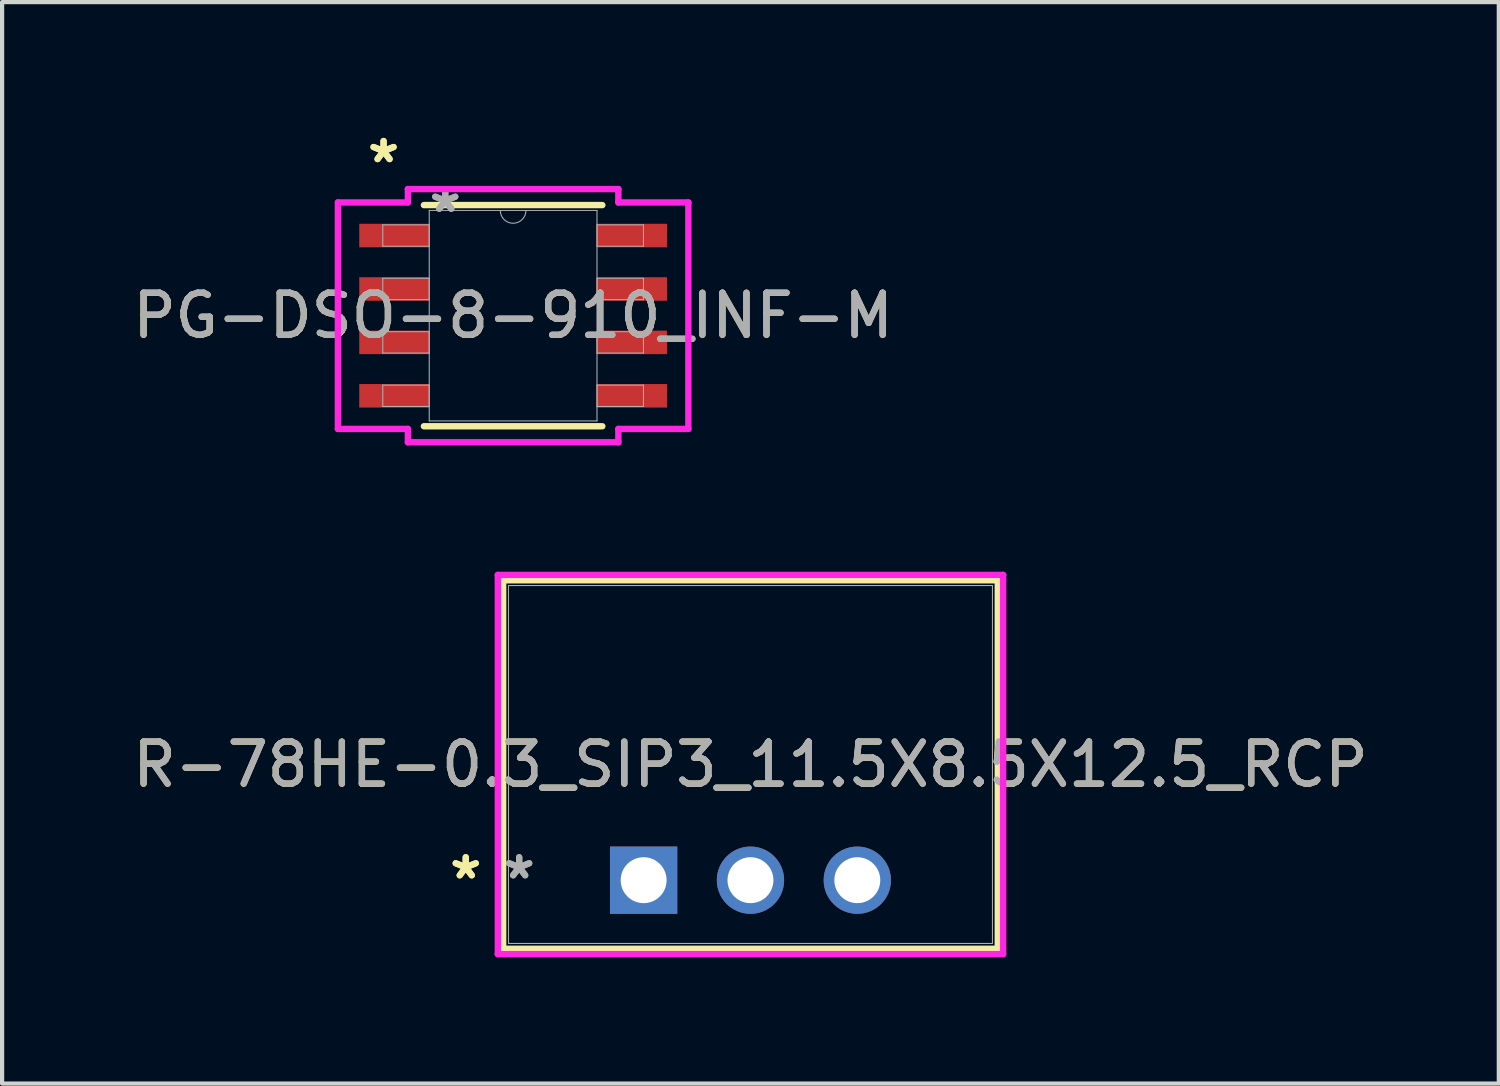
<source format=kicad_pcb>
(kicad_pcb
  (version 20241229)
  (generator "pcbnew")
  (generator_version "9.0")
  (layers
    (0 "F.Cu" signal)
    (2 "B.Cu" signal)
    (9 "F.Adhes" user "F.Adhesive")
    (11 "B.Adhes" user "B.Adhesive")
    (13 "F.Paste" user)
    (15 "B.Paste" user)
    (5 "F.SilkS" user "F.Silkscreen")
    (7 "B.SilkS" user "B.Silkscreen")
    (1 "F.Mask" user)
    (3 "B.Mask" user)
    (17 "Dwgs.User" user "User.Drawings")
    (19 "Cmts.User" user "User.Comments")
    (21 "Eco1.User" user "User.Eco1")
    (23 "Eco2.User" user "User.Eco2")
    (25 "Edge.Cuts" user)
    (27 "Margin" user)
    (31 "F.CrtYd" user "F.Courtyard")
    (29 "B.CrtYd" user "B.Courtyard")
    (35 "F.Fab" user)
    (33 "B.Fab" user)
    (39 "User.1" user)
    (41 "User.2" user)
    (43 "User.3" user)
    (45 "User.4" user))
  (footprint "PG-DSO-8-910_INF-M"
    (layer "F.Cu")
    (at 9.149 4.455)
    (property "Reference" "PG-DSO-8-910_INF-M" (at 0 0 0) (unlocked yes) (layer "F.SilkS") (effects (font (size 1 1) (thickness 0.15))))
    (attr smd)
    (fp_line (start -2.121 2.629) (end 2.121 2.629) (stroke (width 0.152) (type solid)) (layer "F.SilkS"))
    (fp_line (start 2.121 -2.629) (end -2.121 -2.629) (stroke (width 0.152) (type solid)) (layer "F.SilkS"))
    (fp_line (start -4.166 -2.692) (end -2.502 -2.692) (stroke (width 0.152) (type solid)) (layer "F.CrtYd"))
    (fp_line (start -4.166 2.692) (end -4.166 -2.692) (stroke (width 0.152) (type solid)) (layer "F.CrtYd"))
    (fp_line (start -4.166 2.692) (end -2.502 2.692) (stroke (width 0.152) (type solid)) (layer "F.CrtYd"))
    (fp_line (start -2.502 -3.01) (end 2.502 -3.01) (stroke (width 0.152) (type solid)) (layer "F.CrtYd"))
    (fp_line (start -2.502 -2.692) (end -2.502 -3.01) (stroke (width 0.152) (type solid)) (layer "F.CrtYd"))
    (fp_line (start -2.502 3.01) (end -2.502 2.692) (stroke (width 0.152) (type solid)) (layer "F.CrtYd"))
    (fp_line (start 2.502 -3.01) (end 2.502 -2.692) (stroke (width 0.152) (type solid)) (layer "F.CrtYd"))
    (fp_line (start 2.502 2.692) (end 2.502 3.01) (stroke (width 0.152) (type solid)) (layer "F.CrtYd"))
    (fp_line (start 2.502 3.01) (end -2.502 3.01) (stroke (width 0.152) (type solid)) (layer "F.CrtYd"))
    (fp_line (start 4.166 -2.692) (end 2.502 -2.692) (stroke (width 0.152) (type solid)) (layer "F.CrtYd"))
    (fp_line (start 4.166 -2.692) (end 4.166 2.692) (stroke (width 0.152) (type solid)) (layer "F.CrtYd"))
    (fp_line (start 4.166 2.692) (end 2.502 2.692) (stroke (width 0.152) (type solid)) (layer "F.CrtYd"))
    (fp_line (start -3.099 -2.159) (end -3.099 -1.651) (stroke (width 0.025) (type solid)) (layer "F.Fab"))
    (fp_line (start -3.099 -1.651) (end -1.994 -1.651) (stroke (width 0.025) (type solid)) (layer "F.Fab"))
    (fp_line (start -3.099 -0.889) (end -3.099 -0.381) (stroke (width 0.025) (type solid)) (layer "F.Fab"))
    (fp_line (start -3.099 -0.381) (end -1.994 -0.381) (stroke (width 0.025) (type solid)) (layer "F.Fab"))
    (fp_line (start -3.099 0.381) (end -3.099 0.889) (stroke (width 0.025) (type solid)) (layer "F.Fab"))
    (fp_line (start -3.099 0.889) (end -1.994 0.889) (stroke (width 0.025) (type solid)) (layer "F.Fab"))
    (fp_line (start -3.099 1.651) (end -3.099 2.159) (stroke (width 0.025) (type solid)) (layer "F.Fab"))
    (fp_line (start -3.099 2.159) (end -1.994 2.159) (stroke (width 0.025) (type solid)) (layer "F.Fab"))
    (fp_line (start -1.994 -2.502) (end -1.994 2.502) (stroke (width 0.025) (type solid)) (layer "F.Fab"))
    (fp_line (start -1.994 -2.159) (end -3.099 -2.159) (stroke (width 0.025) (type solid)) (layer "F.Fab"))
    (fp_line (start -1.994 -1.651) (end -1.994 -2.159) (stroke (width 0.025) (type solid)) (layer "F.Fab"))
    (fp_line (start -1.994 -0.889) (end -3.099 -0.889) (stroke (width 0.025) (type solid)) (layer "F.Fab"))
    (fp_line (start -1.994 -0.381) (end -1.994 -0.889) (stroke (width 0.025) (type solid)) (layer "F.Fab"))
    (fp_line (start -1.994 0.381) (end -3.099 0.381) (stroke (width 0.025) (type solid)) (layer "F.Fab"))
    (fp_line (start -1.994 0.889) (end -1.994 0.381) (stroke (width 0.025) (type solid)) (layer "F.Fab"))
    (fp_line (start -1.994 1.651) (end -3.099 1.651) (stroke (width 0.025) (type solid)) (layer "F.Fab"))
    (fp_line (start -1.994 2.159) (end -1.994 1.651) (stroke (width 0.025) (type solid)) (layer "F.Fab"))
    (fp_line (start -1.994 2.502) (end 1.994 2.502) (stroke (width 0.025) (type solid)) (layer "F.Fab"))
    (fp_line (start 1.994 -2.502) (end -1.994 -2.502) (stroke (width 0.025) (type solid)) (layer "F.Fab"))
    (fp_line (start 1.994 -2.159) (end 1.994 -1.651) (stroke (width 0.025) (type solid)) (layer "F.Fab"))
    (fp_line (start 1.994 -1.651) (end 3.099 -1.651) (stroke (width 0.025) (type solid)) (layer "F.Fab"))
    (fp_line (start 1.994 -0.889) (end 1.994 -0.381) (stroke (width 0.025) (type solid)) (layer "F.Fab"))
    (fp_line (start 1.994 -0.381) (end 3.099 -0.381) (stroke (width 0.025) (type solid)) (layer "F.Fab"))
    (fp_line (start 1.994 0.381) (end 1.994 0.889) (stroke (width 0.025) (type solid)) (layer "F.Fab"))
    (fp_line (start 1.994 0.889) (end 3.099 0.889) (stroke (width 0.025) (type solid)) (layer "F.Fab"))
    (fp_line (start 1.994 1.651) (end 1.994 2.159) (stroke (width 0.025) (type solid)) (layer "F.Fab"))
    (fp_line (start 1.994 2.159) (end 3.099 2.159) (stroke (width 0.025) (type solid)) (layer "F.Fab"))
    (fp_line (start 1.994 2.502) (end 1.994 -2.502) (stroke (width 0.025) (type solid)) (layer "F.Fab"))
    (fp_line (start 3.099 -2.159) (end 1.994 -2.159) (stroke (width 0.025) (type solid)) (layer "F.Fab"))
    (fp_line (start 3.099 -1.651) (end 3.099 -2.159) (stroke (width 0.025) (type solid)) (layer "F.Fab"))
    (fp_line (start 3.099 -0.889) (end 1.994 -0.889) (stroke (width 0.025) (type solid)) (layer "F.Fab"))
    (fp_line (start 3.099 -0.381) (end 3.099 -0.889) (stroke (width 0.025) (type solid)) (layer "F.Fab"))
    (fp_line (start 3.099 0.381) (end 1.994 0.381) (stroke (width 0.025) (type solid)) (layer "F.Fab"))
    (fp_line (start 3.099 0.889) (end 3.099 0.381) (stroke (width 0.025) (type solid)) (layer "F.Fab"))
    (fp_line (start 3.099 1.651) (end 1.994 1.651) (stroke (width 0.025) (type solid)) (layer "F.Fab"))
    (fp_line (start 3.099 2.159) (end 3.099 1.651) (stroke (width 0.025) (type solid)) (layer "F.Fab"))
    (fp_arc (start 0.3048 -2.5019) (mid 0 -2.1971) (end -0.3048 -2.5019) (stroke (width 0.0254) (type solid)) (layer "F.Fab"))
    (fp_text user "*" (at -3.08 -3.607 0) (unlocked yes) (layer "F.SilkS") (effects (font (size 1 1) (thickness 0.15))))
    (fp_text user "*" (at -3.08 -3.607 0) (layer "F.SilkS") (effects (font (size 1 1) (thickness 0.15))))
    (fp_text user "${REFERENCE}" (at 0 0 0) (unlocked yes) (layer "F.Fab") (effects (font (size 1 1) (thickness 0.15))))
    (fp_text user "*" (at -1.613 -2.426 0) (unlocked yes) (layer "F.Fab") (effects (font (size 1 1) (thickness 0.15))))
    (fp_text user "*" (at -1.613 -2.426 0) (layer "F.Fab") (effects (font (size 1 1) (thickness 0.15))))
    (pad "1" smd rect (at -2.826 -1.905) (size 1.664 0.559) (layers "F.Cu" "F.Mask" "F.Paste"))
    (pad "2" smd rect (at -2.826 -0.635) (size 1.664 0.559) (layers "F.Cu" "F.Mask" "F.Paste"))
    (pad "3" smd rect (at -2.826 0.635) (size 1.664 0.559) (layers "F.Cu" "F.Mask" "F.Paste"))
    (pad "4" smd rect (at -2.826 1.905) (size 1.664 0.559) (layers "F.Cu" "F.Mask" "F.Paste"))
    (pad "5" smd rect (at 2.826 1.905) (size 1.664 0.559) (layers "F.Cu" "F.Mask" "F.Paste"))
    (pad "6" smd rect (at 2.826 0.635) (size 1.664 0.559) (layers "F.Cu" "F.Mask" "F.Paste"))
    (pad "7" smd rect (at 2.826 -0.635) (size 1.664 0.559) (layers "F.Cu" "F.Mask" "F.Paste"))
    (pad "8" smd rect (at 2.826 -1.905) (size 1.664 0.559) (layers "F.Cu" "F.Mask" "F.Paste")))
  (footprint "R-78HE-0.3_SIP3_11.5X8.5X12.5_RCP"
    (layer "F.Cu")
    (at 12.252 17.876)
    (property "Reference" "R-78HE-0.3_SIP3_11.5X8.5X12.5_RCP" (at 2.54 -2.75 0) (unlocked yes) (layer "F.SilkS") (effects (font (size 1 1) (thickness 0.15))))
    (attr through_hole)
    (fp_line (start -3.34 -7.131) (end -3.34 1.631) (stroke (width 0.152) (type solid)) (layer "F.SilkS"))
    (fp_line (start -3.34 1.631) (end 8.42 1.631) (stroke (width 0.152) (type solid)) (layer "F.SilkS"))
    (fp_line (start 8.42 -7.131) (end -3.34 -7.131) (stroke (width 0.152) (type solid)) (layer "F.SilkS"))
    (fp_line (start 8.42 1.631) (end 8.42 -7.131) (stroke (width 0.152) (type solid)) (layer "F.SilkS"))
    (fp_line (start -3.467 -7.258) (end 8.547 -7.258) (stroke (width 0.152) (type solid)) (layer "F.CrtYd"))
    (fp_line (start -3.467 1.758) (end -3.467 -7.258) (stroke (width 0.152) (type solid)) (layer "F.CrtYd"))
    (fp_line (start 8.547 -7.258) (end 8.547 1.758) (stroke (width 0.152) (type solid)) (layer "F.CrtYd"))
    (fp_line (start 8.547 1.758) (end -3.467 1.758) (stroke (width 0.152) (type solid)) (layer "F.CrtYd"))
    (fp_line (start -3.213 -7.005) (end -3.213 1.504) (stroke (width 0.025) (type solid)) (layer "F.Fab"))
    (fp_line (start -3.213 1.504) (end 8.293 1.504) (stroke (width 0.025) (type solid)) (layer "F.Fab"))
    (fp_line (start 8.293 -7.005) (end -3.213 -7.005) (stroke (width 0.025) (type solid)) (layer "F.Fab"))
    (fp_line (start 8.293 1.504) (end 8.293 -7.005) (stroke (width 0.025) (type solid)) (layer "F.Fab"))
    (fp_text user "*" (at -4.229 0 0) (unlocked yes) (layer "F.SilkS") (effects (font (size 1 1) (thickness 0.15))))
    (fp_text user "*" (at -4.229 0 0) (layer "F.SilkS") (effects (font (size 1 1) (thickness 0.15))))
    (fp_text user "*" (at -2.959 0 0) (unlocked yes) (layer "F.Fab") (effects (font (size 1 1) (thickness 0.15))))
    (fp_text user "${REFERENCE}" (at 2.54 -2.75 0) (unlocked yes) (layer "F.Fab") (effects (font (size 1 1) (thickness 0.15))))
    (fp_text user "*" (at -2.959 0 0) (layer "F.Fab") (effects (font (size 1 1) (thickness 0.15))))
    (pad "1" thru_hole rect (at 0 0) (size 1.6 1.6) (drill 1.092) (layers "*.Cu" "*.Mask"))
    (pad "2" thru_hole circle (at 2.54 0) (size 1.6 1.6) (drill 1.092) (layers "*.Cu" "*.Mask"))
    (pad "3" thru_hole circle (at 5.08 0) (size 1.6 1.6) (drill 1.092) (layers "*.Cu" "*.Mask")))
  (gr_rect
    (start -3 -3)
    (end 32.583 22.711)
    (stroke (width 0.1) (type default))
    (fill no)
    (layer "Edge.Cuts")))
</source>
